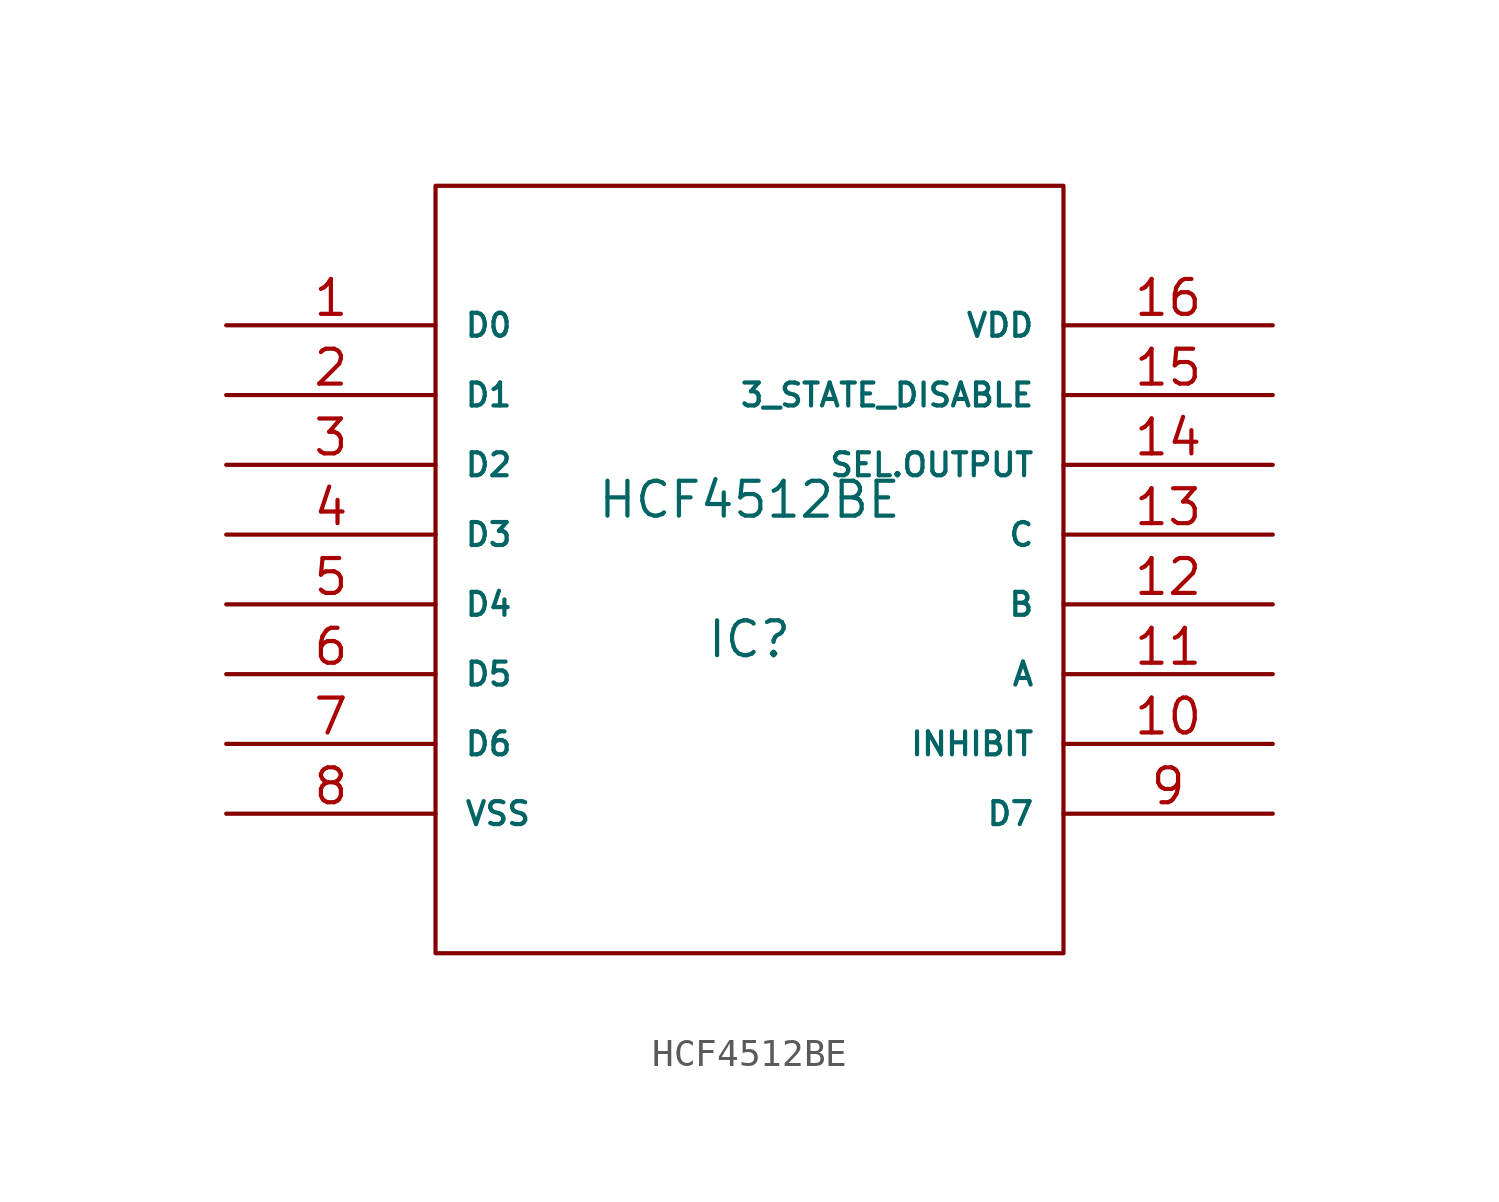
<source format=kicad_sym>
(kicad_symbol_lib
  (version 20211014)
  (generator kicad_symbol_editor)
  (symbol "HCF4512BE"
    (pin_names
      (offset 1.016))
    (property "Reference" "IC"
      (at 0 -2.54 0)
      (effects (font (size 1.27 1.27))))
    (property "Value" "HCF4512BE"
      (at 0 2.54 0)
      (effects (font (size 1.27 1.27))))
    (symbol "HCF4512BE_1_0"
      (rectangle (start -11.43 -13.97) (end 11.43 13.97) (stroke (width 0) (type default) (color 0 0 0 0)) (fill (type none))))
    (symbol "HCF4512BE_1_1"
      (pin input line (at -19.05 8.89 0) (length 7.62) (name "D0" (effects (font (size 0.835 0.835)))) (number "1" (effects (font (size 1.27 1.27)))))
      (pin input line (at 19.05 -6.35 180) (length 7.62) (name "INHIBIT" (effects (font (size 0.835 0.835)))) (number "10" (effects (font (size 1.27 1.27)))))
      (pin input line (at 19.05 -3.81 180) (length 7.62) (name "A" (effects (font (size 0.835 0.835)))) (number "11" (effects (font (size 1.27 1.27)))))
      (pin input line (at 19.05 -1.27 180) (length 7.62) (name "B" (effects (font (size 0.835 0.835)))) (number "12" (effects (font (size 1.27 1.27)))))
      (pin input line (at 19.05 1.27 180) (length 7.62) (name "C" (effects (font (size 0.835 0.835)))) (number "13" (effects (font (size 1.27 1.27)))))
      (pin input line (at 19.05 3.81 180) (length 7.62) (name "SEL.OUTPUT" (effects (font (size 0.835 0.835)))) (number "14" (effects (font (size 1.27 1.27)))))
      (pin input line (at 19.05 6.35 180) (length 7.62) (name "3_STATE_DISABLE" (effects (font (size 0.835 0.835)))) (number "15" (effects (font (size 1.27 1.27)))))
      (pin input line (at 19.05 8.89 180) (length 7.62) (name "VDD" (effects (font (size 0.835 0.835)))) (number "16" (effects (font (size 1.27 1.27)))))
      (pin input line (at -19.05 6.35 0) (length 7.62) (name "D1" (effects (font (size 0.835 0.835)))) (number "2" (effects (font (size 1.27 1.27)))))
      (pin input line (at -19.05 3.81 0) (length 7.62) (name "D2" (effects (font (size 0.835 0.835)))) (number "3" (effects (font (size 1.27 1.27)))))
      (pin input line (at -19.05 1.27 0) (length 7.62) (name "D3" (effects (font (size 0.835 0.835)))) (number "4" (effects (font (size 1.27 1.27)))))
      (pin input line (at -19.05 -1.27 0) (length 7.62) (name "D4" (effects (font (size 0.835 0.835)))) (number "5" (effects (font (size 1.27 1.27)))))
      (pin input line (at -19.05 -3.81 0) (length 7.62) (name "D5" (effects (font (size 0.835 0.835)))) (number "6" (effects (font (size 1.27 1.27)))))
      (pin input line (at -19.05 -6.35 0) (length 7.62) (name "D6" (effects (font (size 0.835 0.835)))) (number "7" (effects (font (size 1.27 1.27)))))
      (pin input line (at -19.05 -8.89 0) (length 7.62) (name "VSS" (effects (font (size 0.835 0.835)))) (number "8" (effects (font (size 1.27 1.27)))))
      (pin input line (at 19.05 -8.89 180) (length 7.62) (name "D7" (effects (font (size 0.835 0.835)))) (number "9" (effects (font (size 1.27 1.27))))))))
</source>
